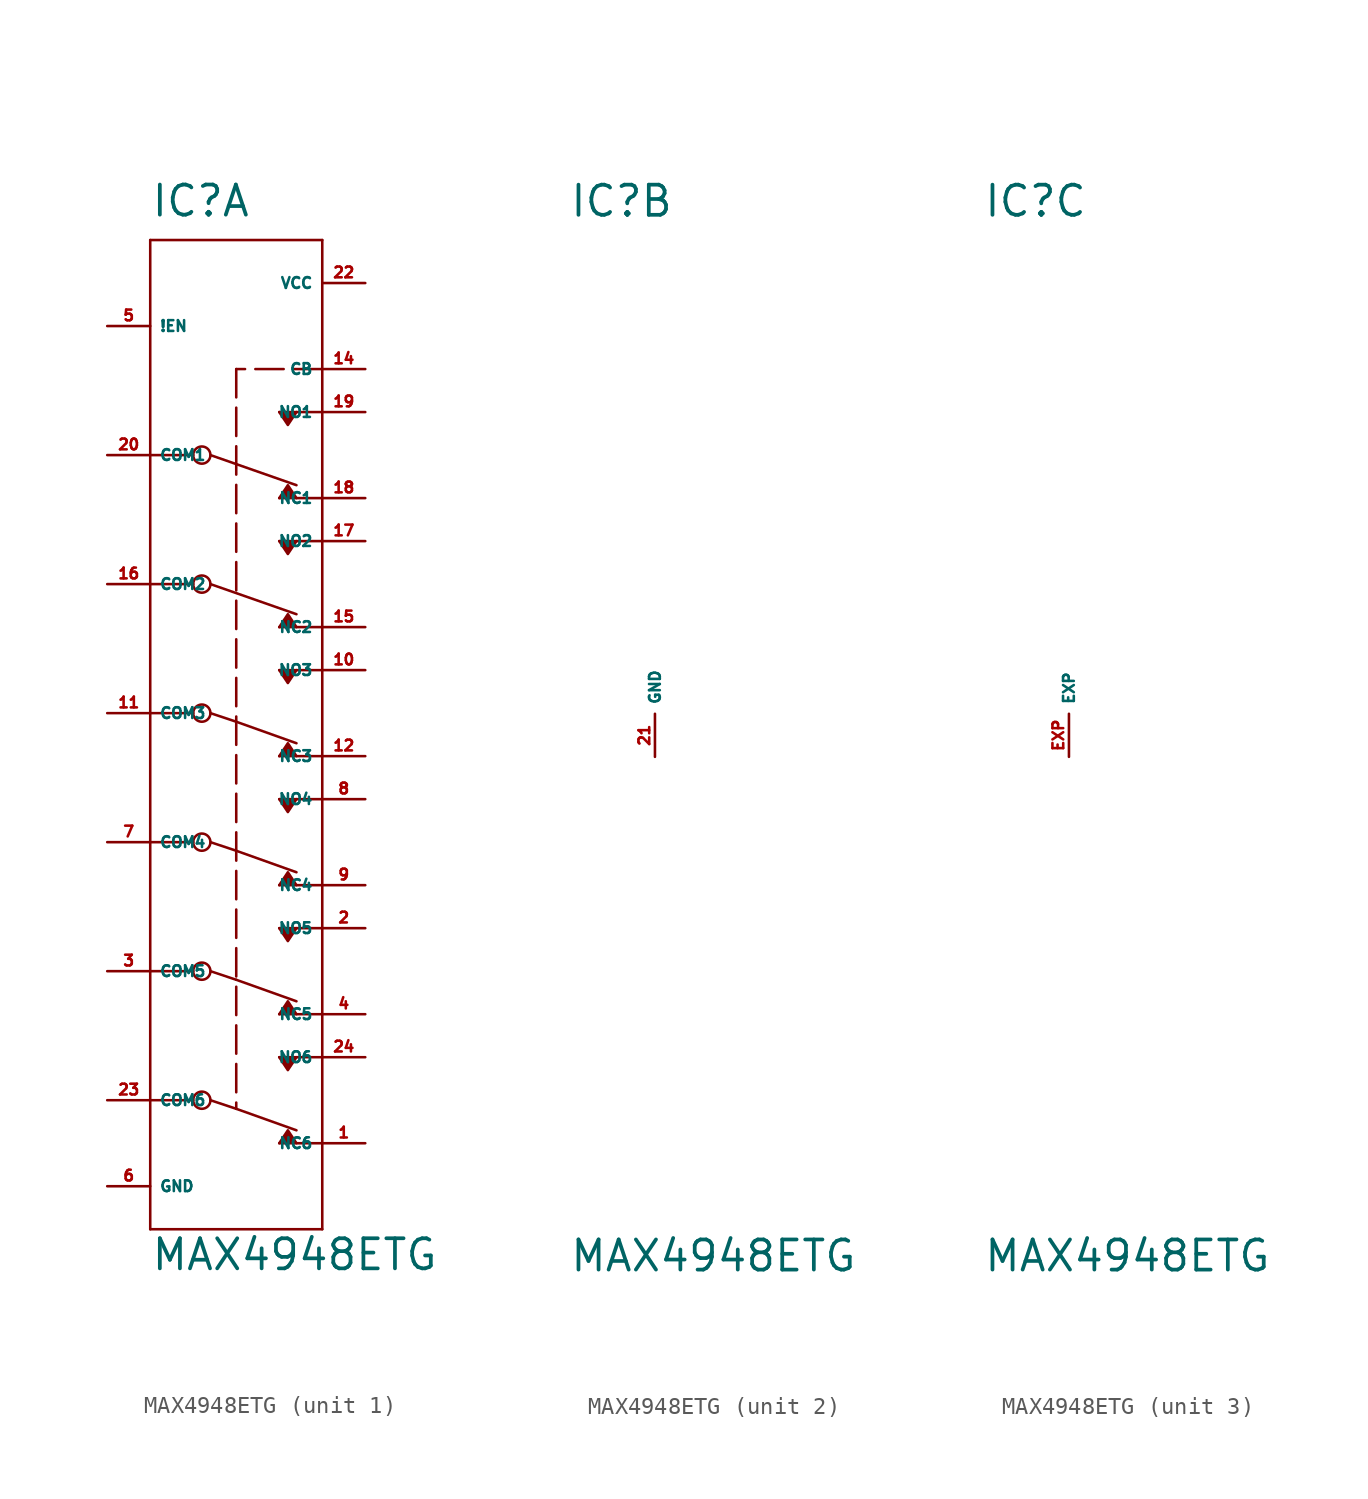
<source format=kicad_sym>
(kicad_symbol_lib
  (version 20220914)
  (generator Eagle2Kicad)
  (symbol "MAX4948ETG"
    (property "Reference" "IC"
      (at -5.08 29.21 0)
      (effects (font (size 1.778 1.778) (thickness 0.22)) (justify left bottom)))
    (property "Value" "MAX4948ETG"
      (at -5.08 -33.02 0)
      (effects (font (size 1.778 1.778) (thickness 0.22)) (justify left bottom)))
    (symbol "MAX4948ETG_1_0"
      (polyline (pts (xy 2.54 12.7) (xy 3.048 13.462) (xy 3.556 12.7)) (stroke (width 0.152) (type default)) (fill (type outline)))
      (polyline (pts (xy 2.54 17.78) (xy 3.048 17.018) (xy 3.556 17.78)) (stroke (width 0.152) (type default)) (fill (type outline)))
      (polyline (pts (xy 2.54 10.16) (xy 3.048 9.398) (xy 3.556 10.16)) (stroke (width 0.152) (type default)) (fill (type outline)))
      (polyline (pts (xy 2.54 5.08) (xy 3.048 5.842) (xy 3.556 5.08)) (stroke (width 0.152) (type default)) (fill (type outline)))
      (polyline (pts (xy 2.54 2.54) (xy 3.048 1.778) (xy 3.556 2.54)) (stroke (width 0.152) (type default)) (fill (type outline)))
      (polyline (pts (xy 2.54 -2.54) (xy 3.048 -1.778) (xy 3.556 -2.54)) (stroke (width 0.152) (type default)) (fill (type outline)))
      (polyline (pts (xy 2.54 -5.08) (xy 3.048 -5.842) (xy 3.556 -5.08)) (stroke (width 0.152) (type default)) (fill (type outline)))
      (polyline (pts (xy 2.54 -10.16) (xy 3.048 -9.398) (xy 3.556 -10.16)) (stroke (width 0.152) (type default)) (fill (type outline)))
      (polyline (pts (xy 2.54 -12.7) (xy 3.048 -13.462) (xy 3.556 -12.7)) (stroke (width 0.152) (type default)) (fill (type outline)))
      (polyline (pts (xy 2.54 -17.78) (xy 3.048 -17.018) (xy 3.556 -17.78)) (stroke (width 0.152) (type default)) (fill (type outline)))
      (polyline (pts (xy 2.54 -20.32) (xy 3.048 -21.082) (xy 3.556 -20.32)) (stroke (width 0.152) (type default)) (fill (type outline)))
      (polyline (pts (xy 2.54 -25.4) (xy 3.048 -24.638) (xy 3.556 -25.4)) (stroke (width 0.152) (type default)) (fill (type outline)))
      (polyline (pts (xy -1.524 15.24) (xy 3.556 13.462)) (stroke (width 0.152) (type default)) (fill (type none)))
      (polyline (pts (xy 5.08 20.32) (xy 0 20.32)) (stroke (width 0.152) (type dash)) (fill (type none)))
      (polyline (pts (xy 0 20.32) (xy 0 -23.368)) (stroke (width 0.152) (type dash)) (fill (type none)))
      (polyline (pts (xy -1.524 0) (xy 0 -0.508)) (stroke (width 0.152) (type default)) (fill (type none)))
      (polyline (pts (xy 0 -0.508) (xy 3.556 -1.778)) (stroke (width 0.152) (type default)) (fill (type none)))
      (polyline (pts (xy -1.524 -7.62) (xy 0 -8.128)) (stroke (width 0.152) (type default)) (fill (type none)))
      (polyline (pts (xy 0 -8.128) (xy 3.556 -9.398)) (stroke (width 0.152) (type default)) (fill (type none)))
      (polyline (pts (xy -1.524 -15.24) (xy 0 -15.748)) (stroke (width 0.152) (type default)) (fill (type none)))
      (polyline (pts (xy 0 -15.748) (xy 3.556 -17.018)) (stroke (width 0.152) (type default)) (fill (type none)))
      (polyline (pts (xy -1.524 -22.86) (xy 0 -23.368)) (stroke (width 0.152) (type default)) (fill (type none)))
      (polyline (pts (xy 0 -23.368) (xy 3.556 -24.638)) (stroke (width 0.152) (type default)) (fill (type none)))
      (polyline (pts (xy -1.524 7.62) (xy 3.556 5.842)) (stroke (width 0.152) (type default)) (fill (type none)))
      (polyline (pts (xy -5.08 27.94) (xy 5.08 27.94)) (stroke (width 0.152) (type default)) (fill (type none)))
      (polyline (pts (xy 5.08 27.94) (xy 5.08 17.78)) (stroke (width 0.152) (type default)) (fill (type none)))
      (polyline (pts (xy 5.08 17.78) (xy 5.08 12.7)) (stroke (width 0.152) (type default)) (fill (type none)))
      (polyline (pts (xy 5.08 12.7) (xy 5.08 10.16)) (stroke (width 0.152) (type default)) (fill (type none)))
      (polyline (pts (xy 5.08 10.16) (xy 5.08 5.08)) (stroke (width 0.152) (type default)) (fill (type none)))
      (polyline (pts (xy 5.08 5.08) (xy 5.08 2.54)) (stroke (width 0.152) (type default)) (fill (type none)))
      (polyline (pts (xy 5.08 2.54) (xy 5.08 -2.54)) (stroke (width 0.152) (type default)) (fill (type none)))
      (polyline (pts (xy 5.08 -2.54) (xy 5.08 -5.08)) (stroke (width 0.152) (type default)) (fill (type none)))
      (polyline (pts (xy 5.08 -5.08) (xy 5.08 -10.16)) (stroke (width 0.152) (type default)) (fill (type none)))
      (polyline (pts (xy 5.08 -10.16) (xy 5.08 -12.7)) (stroke (width 0.152) (type default)) (fill (type none)))
      (polyline (pts (xy 5.08 -12.7) (xy 5.08 -17.78)) (stroke (width 0.152) (type default)) (fill (type none)))
      (polyline (pts (xy 5.08 -17.78) (xy 5.08 -20.32)) (stroke (width 0.152) (type default)) (fill (type none)))
      (polyline (pts (xy 5.08 -20.32) (xy 5.08 -25.4)) (stroke (width 0.152) (type default)) (fill (type none)))
      (polyline (pts (xy 5.08 -25.4) (xy 5.08 -30.48)) (stroke (width 0.152) (type default)) (fill (type none)))
      (polyline (pts (xy 5.08 -30.48) (xy -5.08 -30.48)) (stroke (width 0.152) (type default)) (fill (type none)))
      (polyline (pts (xy -5.08 -30.48) (xy -5.08 -22.86)) (stroke (width 0.152) (type default)) (fill (type none)))
      (polyline (pts (xy -5.08 -22.86) (xy -5.08 -15.24)) (stroke (width 0.152) (type default)) (fill (type none)))
      (polyline (pts (xy -5.08 -15.24) (xy -5.08 -7.62)) (stroke (width 0.152) (type default)) (fill (type none)))
      (polyline (pts (xy -5.08 -7.62) (xy -5.08 0)) (stroke (width 0.152) (type default)) (fill (type none)))
      (polyline (pts (xy -5.08 0) (xy -5.08 7.62)) (stroke (width 0.152) (type default)) (fill (type none)))
      (polyline (pts (xy -5.08 7.62) (xy -5.08 15.24)) (stroke (width 0.152) (type default)) (fill (type none)))
      (polyline (pts (xy -5.08 15.24) (xy -5.08 27.94)) (stroke (width 0.152) (type default)) (fill (type none)))
      (polyline (pts (xy 5.08 17.78) (xy 2.54 17.78)) (stroke (width 0.152) (type default)) (fill (type none)))
      (polyline (pts (xy 5.08 12.7) (xy 2.54 12.7)) (stroke (width 0.152) (type default)) (fill (type none)))
      (polyline (pts (xy 5.08 10.16) (xy 2.54 10.16)) (stroke (width 0.152) (type default)) (fill (type none)))
      (polyline (pts (xy 5.08 5.08) (xy 2.54 5.08)) (stroke (width 0.152) (type default)) (fill (type none)))
      (polyline (pts (xy 5.08 2.54) (xy 2.54 2.54)) (stroke (width 0.152) (type default)) (fill (type none)))
      (polyline (pts (xy 5.08 -2.54) (xy 2.54 -2.54)) (stroke (width 0.152) (type default)) (fill (type none)))
      (polyline (pts (xy 5.08 -5.08) (xy 2.54 -5.08)) (stroke (width 0.152) (type default)) (fill (type none)))
      (polyline (pts (xy 5.08 -10.16) (xy 2.54 -10.16)) (stroke (width 0.152) (type default)) (fill (type none)))
      (polyline (pts (xy 5.08 -12.7) (xy 2.54 -12.7)) (stroke (width 0.152) (type default)) (fill (type none)))
      (polyline (pts (xy 5.08 -17.78) (xy 2.54 -17.78)) (stroke (width 0.152) (type default)) (fill (type none)))
      (polyline (pts (xy 5.08 -20.32) (xy 2.54 -20.32)) (stroke (width 0.152) (type default)) (fill (type none)))
      (polyline (pts (xy 5.08 -25.4) (xy 2.54 -25.4)) (stroke (width 0.152) (type default)) (fill (type none)))
      (polyline (pts (xy -2.54 15.24) (xy -5.08 15.24)) (stroke (width 0.152) (type default)) (fill (type none)))
      (polyline (pts (xy -2.54 7.62) (xy -5.08 7.62)) (stroke (width 0.152) (type default)) (fill (type none)))
      (polyline (pts (xy -2.54 0) (xy -5.08 0)) (stroke (width 0.152) (type default)) (fill (type none)))
      (polyline (pts (xy -2.54 -7.62) (xy -5.08 -7.62)) (stroke (width 0.152) (type default)) (fill (type none)))
      (polyline (pts (xy -2.54 -15.24) (xy -5.08 -15.24)) (stroke (width 0.152) (type default)) (fill (type none)))
      (polyline (pts (xy -2.54 -22.86) (xy -5.08 -22.86)) (stroke (width 0.152) (type default)) (fill (type none)))
      (circle (center -2.032 15.24) (radius 0.508) (stroke (width 0.152) (type default)) (fill (type none)))
      (circle (center -2.032 7.62) (radius 0.508) (stroke (width 0.152) (type default)) (fill (type none)))
      (circle (center -2.032 0) (radius 0.508) (stroke (width 0.152) (type default)) (fill (type none)))
      (circle (center -2.032 -7.62) (radius 0.508) (stroke (width 0.152) (type default)) (fill (type none)))
      (circle (center -2.032 -15.24) (radius 0.508) (stroke (width 0.152) (type default)) (fill (type none)))
      (circle (center -2.032 -22.86) (radius 0.508) (stroke (width 0.152) (type default)) (fill (type none)))
      (pin bidirectional line (at -7.62 15.24 0) (length 2.54) (name "COM1" (effects (font (size 0.635 0.635) (thickness 0.08)) (justify left bottom))) (number "20" (effects (font (size 0.635 0.635) (thickness 0.08)) (justify left bottom))))
      (pin bidirectional line (at 7.62 17.78 180) (length 2.54) (name "NO1" (effects (font (size 0.635 0.635) (thickness 0.08)) (justify left bottom))) (number "19" (effects (font (size 0.635 0.635) (thickness 0.08)) (justify left bottom))))
      (pin bidirectional line (at 7.62 12.7 180) (length 2.54) (name "NC1" (effects (font (size 0.635 0.635) (thickness 0.08)) (justify left bottom))) (number "18" (effects (font (size 0.635 0.635) (thickness 0.08)) (justify left bottom))))
      (pin bidirectional line (at -7.62 7.62 0) (length 2.54) (name "COM2" (effects (font (size 0.635 0.635) (thickness 0.08)) (justify left bottom))) (number "16" (effects (font (size 0.635 0.635) (thickness 0.08)) (justify left bottom))))
      (pin bidirectional line (at 7.62 10.16 180) (length 2.54) (name "NO2" (effects (font (size 0.635 0.635) (thickness 0.08)) (justify left bottom))) (number "17" (effects (font (size 0.635 0.635) (thickness 0.08)) (justify left bottom))))
      (pin bidirectional line (at 7.62 5.08 180) (length 2.54) (name "NC2" (effects (font (size 0.635 0.635) (thickness 0.08)) (justify left bottom))) (number "15" (effects (font (size 0.635 0.635) (thickness 0.08)) (justify left bottom))))
      (pin input line (at 7.62 20.32 180) (length 2.54) (name "CB" (effects (font (size 0.635 0.635) (thickness 0.08)) (justify left bottom))) (number "14" (effects (font (size 0.635 0.635) (thickness 0.08)) (justify left bottom))))
      (pin bidirectional line (at -7.62 0 0) (length 2.54) (name "COM3" (effects (font (size 0.635 0.635) (thickness 0.08)) (justify left bottom))) (number "11" (effects (font (size 0.635 0.635) (thickness 0.08)) (justify left bottom))))
      (pin bidirectional line (at 7.62 2.54 180) (length 2.54) (name "NO3" (effects (font (size 0.635 0.635) (thickness 0.08)) (justify left bottom))) (number "10" (effects (font (size 0.635 0.635) (thickness 0.08)) (justify left bottom))))
      (pin bidirectional line (at 7.62 -2.54 180) (length 2.54) (name "NC3" (effects (font (size 0.635 0.635) (thickness 0.08)) (justify left bottom))) (number "12" (effects (font (size 0.635 0.635) (thickness 0.08)) (justify left bottom))))
      (pin bidirectional line (at -7.62 -7.62 0) (length 2.54) (name "COM4" (effects (font (size 0.635 0.635) (thickness 0.08)) (justify left bottom))) (number "7" (effects (font (size 0.635 0.635) (thickness 0.08)) (justify left bottom))))
      (pin bidirectional line (at 7.62 -5.08 180) (length 2.54) (name "NO4" (effects (font (size 0.635 0.635) (thickness 0.08)) (justify left bottom))) (number "8" (effects (font (size 0.635 0.635) (thickness 0.08)) (justify left bottom))))
      (pin bidirectional line (at 7.62 -10.16 180) (length 2.54) (name "NC4" (effects (font (size 0.635 0.635) (thickness 0.08)) (justify left bottom))) (number "9" (effects (font (size 0.635 0.635) (thickness 0.08)) (justify left bottom))))
      (pin bidirectional line (at -7.62 -15.24 0) (length 2.54) (name "COM5" (effects (font (size 0.635 0.635) (thickness 0.08)) (justify left bottom))) (number "3" (effects (font (size 0.635 0.635) (thickness 0.08)) (justify left bottom))))
      (pin bidirectional line (at 7.62 -12.7 180) (length 2.54) (name "NO5" (effects (font (size 0.635 0.635) (thickness 0.08)) (justify left bottom))) (number "2" (effects (font (size 0.635 0.635) (thickness 0.08)) (justify left bottom))))
      (pin bidirectional line (at 7.62 -17.78 180) (length 2.54) (name "NC5" (effects (font (size 0.635 0.635) (thickness 0.08)) (justify left bottom))) (number "4" (effects (font (size 0.635 0.635) (thickness 0.08)) (justify left bottom))))
      (pin bidirectional line (at -7.62 -22.86 0) (length 2.54) (name "COM6" (effects (font (size 0.635 0.635) (thickness 0.08)) (justify left bottom))) (number "23" (effects (font (size 0.635 0.635) (thickness 0.08)) (justify left bottom))))
      (pin bidirectional line (at 7.62 -20.32 180) (length 2.54) (name "NO6" (effects (font (size 0.635 0.635) (thickness 0.08)) (justify left bottom))) (number "24" (effects (font (size 0.635 0.635) (thickness 0.08)) (justify left bottom))))
      (pin bidirectional line (at 7.62 -25.4 180) (length 2.54) (name "NC6" (effects (font (size 0.635 0.635) (thickness 0.08)) (justify left bottom))) (number "1" (effects (font (size 0.635 0.635) (thickness 0.08)) (justify left bottom))))
      (pin input line (at -7.62 22.86 0) (length 2.54) (name "!EN" (effects (font (size 0.635 0.635) (thickness 0.08)) (justify left bottom))) (number "5" (effects (font (size 0.635 0.635) (thickness 0.08)) (justify left bottom))))
      (pin unspecified line (at -7.62 -27.94 0) (length 2.54) (name "GND" (effects (font (size 0.635 0.635) (thickness 0.08)) (justify left bottom))) (number "6" (effects (font (size 0.635 0.635) (thickness 0.08)) (justify left bottom))))
      (pin unspecified line (at 7.62 25.4 180) (length 2.54) (name "VCC" (effects (font (size 0.635 0.635) (thickness 0.08)) (justify left bottom))) (number "22" (effects (font (size 0.635 0.635) (thickness 0.08)) (justify left bottom)))))
    (symbol "MAX4948ETG_2_0"
      (pin unspecified line (at 0 -2.54 90) (length 2.54) (name "GND" (effects (font (size 0.635 0.635) (thickness 0.08)) (justify left bottom))) (number "21" (effects (font (size 0.635 0.635) (thickness 0.08)) (justify left bottom)))))
    (symbol "MAX4948ETG_3_0"
      (pin passive line (at 0 -2.54 90) (length 2.54) (name "EXP" (effects (font (size 0.635 0.635) (thickness 0.08)) (justify left bottom))) (number "EXP" (effects (font (size 0.635 0.635) (thickness 0.08)) (justify left bottom)))))))
</source>
